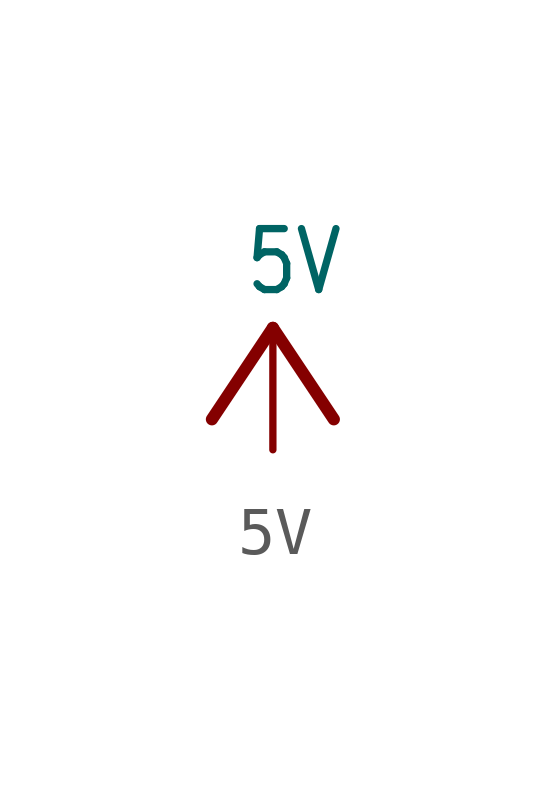
<source format=kicad_sym>
(kicad_symbol_lib
  (version 20211014)
  (generator kicad_symbol_editor)
  (symbol "5V"
    (power)
    (property "Reference" "#3V-"
      (at 0 0 0)
      (effects (font (size 1.27 1.27)) hide))
    (property "Value" "5V"
      (at -0.635 0.635 0)
      (effects (font (size 1.27 1.079)) (justify left bottom)))
    (property "ki_locked" ""
      (at 0 0 0)
      (effects (font (size 1.27 1.27))))
    (symbol "5V_1_0"
      (polyline (pts (xy 0 0) (xy -1.27 -1.905)) (stroke (width 0.254) (type default) (color 0 0 0 0)) (fill (type none)))
      (polyline (pts (xy 1.27 -1.905) (xy 0 0)) (stroke (width 0.254) (type default) (color 0 0 0 0)) (fill (type none)))
      (pin power_in line (at 0 -2.54 90) (length 2.54) (name "5V" (effects (font (size 0 0)))) (number "1" (effects (font (size 0 0))))))))
</source>
